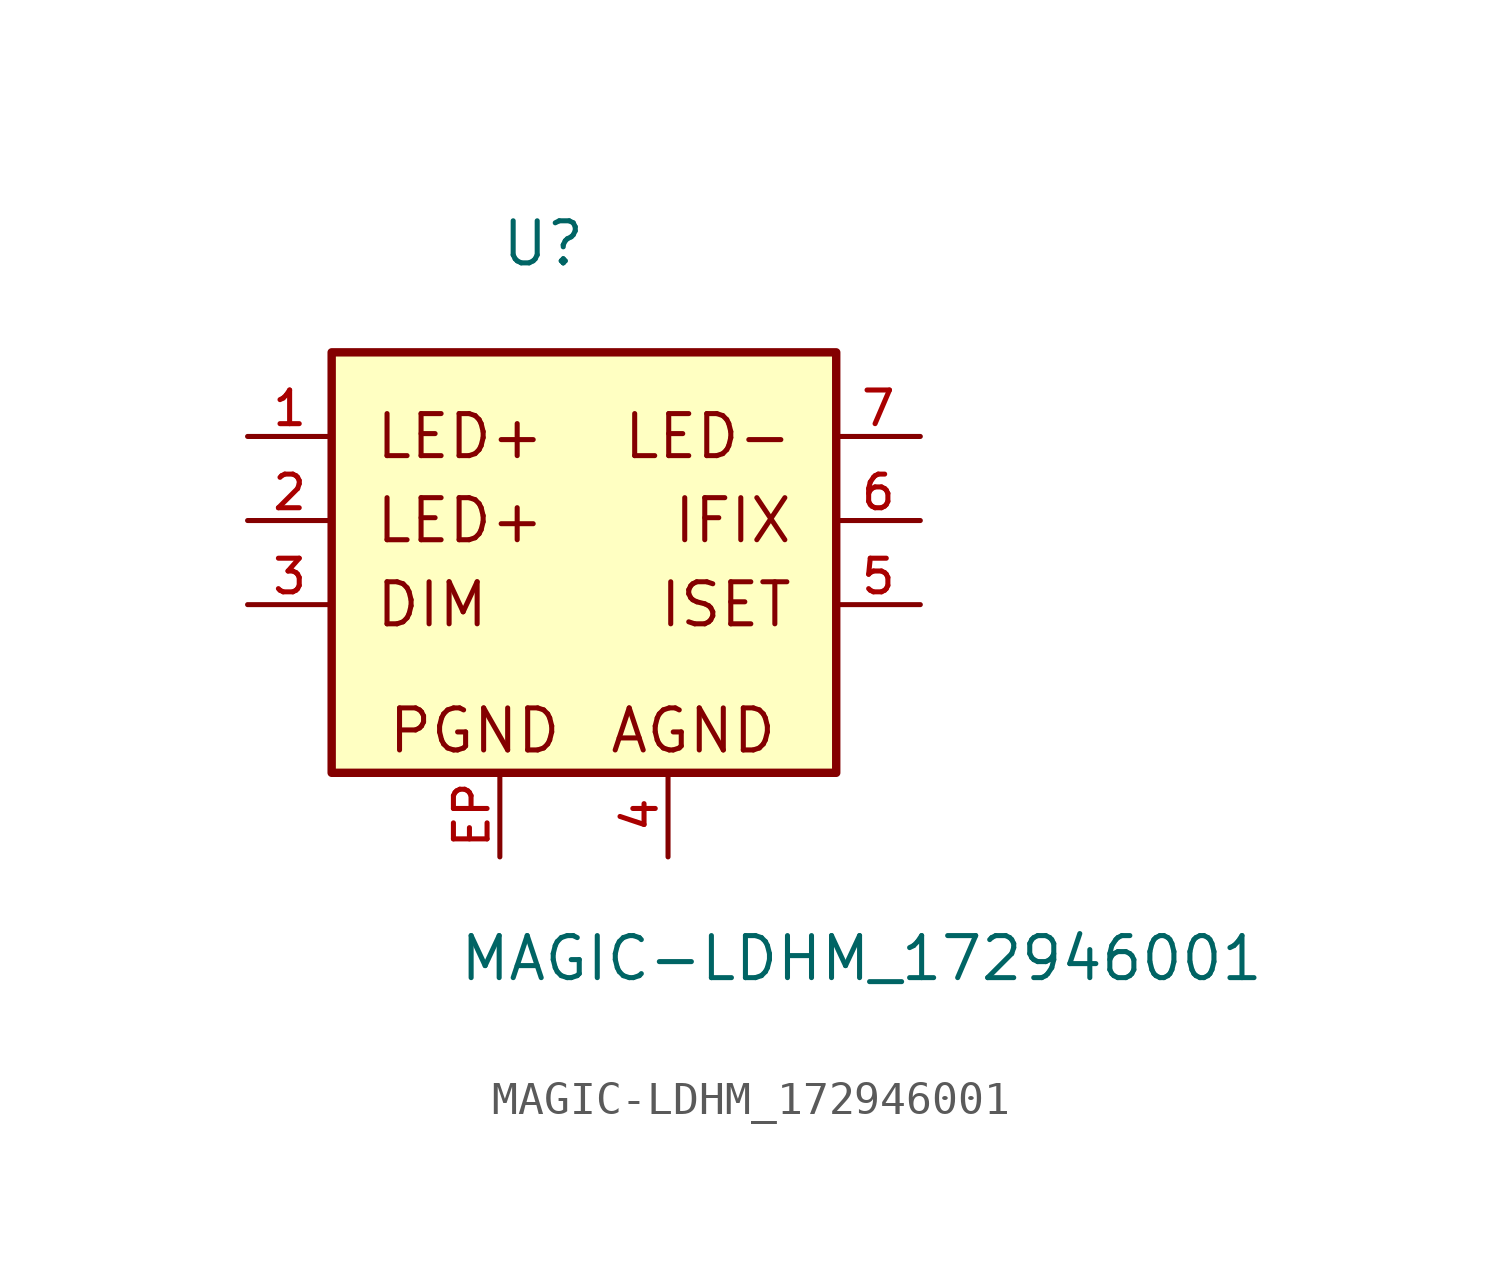
<source format=kicad_sym>
(kicad_symbol_lib
  (version 20211014)
  (generator kicad_symbol_editor)
  (symbol "MAGIC-LDHM_172946001"
    (pin_names
      (offset 1.016))
    (property "Reference" "U"
      (at -2.54 10.16 0)
      (effects (font (size 1.27 1.27)) (justify bottom left)))
    (property "Value" "MAGIC-LDHM_172946001"
      (at -3.81 -11.43 0)
      (effects (font (size 1.27 1.27)) (justify bottom left)))
    (symbol "MAGIC-LDHM_172946001_0_0"
      (text "DIM" (at -6.35 0.0 0) (effects (font (size 1.27 1.27)) (justify left)))
      (text "LED+" (at -6.35 2.54 0) (effects (font (size 1.27 1.27)) (justify left)))
      (text "LED+" (at -6.35 5.08 0) (effects (font (size 1.27 1.27)) (justify left)))
      (text "LED-" (at 6.35 5.08 0) (effects (font (size 1.27 1.27)) (justify right)))
      (text "IFIX" (at 6.35 2.54 0) (effects (font (size 1.27 1.27)) (justify right)))
      (text "ISET" (at 6.35 0.0 0) (effects (font (size 1.27 1.27)) (justify right)))
      (text "PGND" (at -3.302 -3.81 0) (effects (font (size 1.27 1.27))))
      (text "AGND" (at 3.302 -3.81 0) (effects (font (size 1.27 1.27))))
      (rectangle (start -7.62 -5.08) (end 7.62 7.62) (stroke (width 0.254)) (fill (type background)))
      (pin power_in line (at -10.16 5.08 0) (length 2.54) (name "~" (effects (font (size 1.016 1.016)))) (number "1" (effects (font (size 1.016 1.016)))))
      (pin power_in line (at -10.16 2.54 0) (length 2.54) (name "~" (effects (font (size 1.016 1.016)))) (number "2" (effects (font (size 1.016 1.016)))))
      (pin input line (at -10.16 0.0 0) (length 2.54) (name "~" (effects (font (size 1.016 1.016)))) (number "3" (effects (font (size 1.016 1.016)))))
      (pin power_in line (at 2.54 -7.62 90.0) (length 2.54) (name "~" (effects (font (size 1.016 1.016)))) (number "4" (effects (font (size 1.016 1.016)))))
      (pin input line (at 10.16 0.0 180.0) (length 2.54) (name "~" (effects (font (size 1.016 1.016)))) (number "5" (effects (font (size 1.016 1.016)))))
      (pin input line (at 10.16 2.54 180.0) (length 2.54) (name "~" (effects (font (size 1.016 1.016)))) (number "6" (effects (font (size 1.016 1.016)))))
      (pin input line (at 10.16 5.08 180.0) (length 2.54) (name "~" (effects (font (size 1.016 1.016)))) (number "7" (effects (font (size 1.016 1.016)))))
      (pin power_in line (at -2.54 -7.62 90.0) (length 2.54) (name "~" (effects (font (size 1.016 1.016)))) (number "EP" (effects (font (size 1.016 1.016))))))))
</source>
